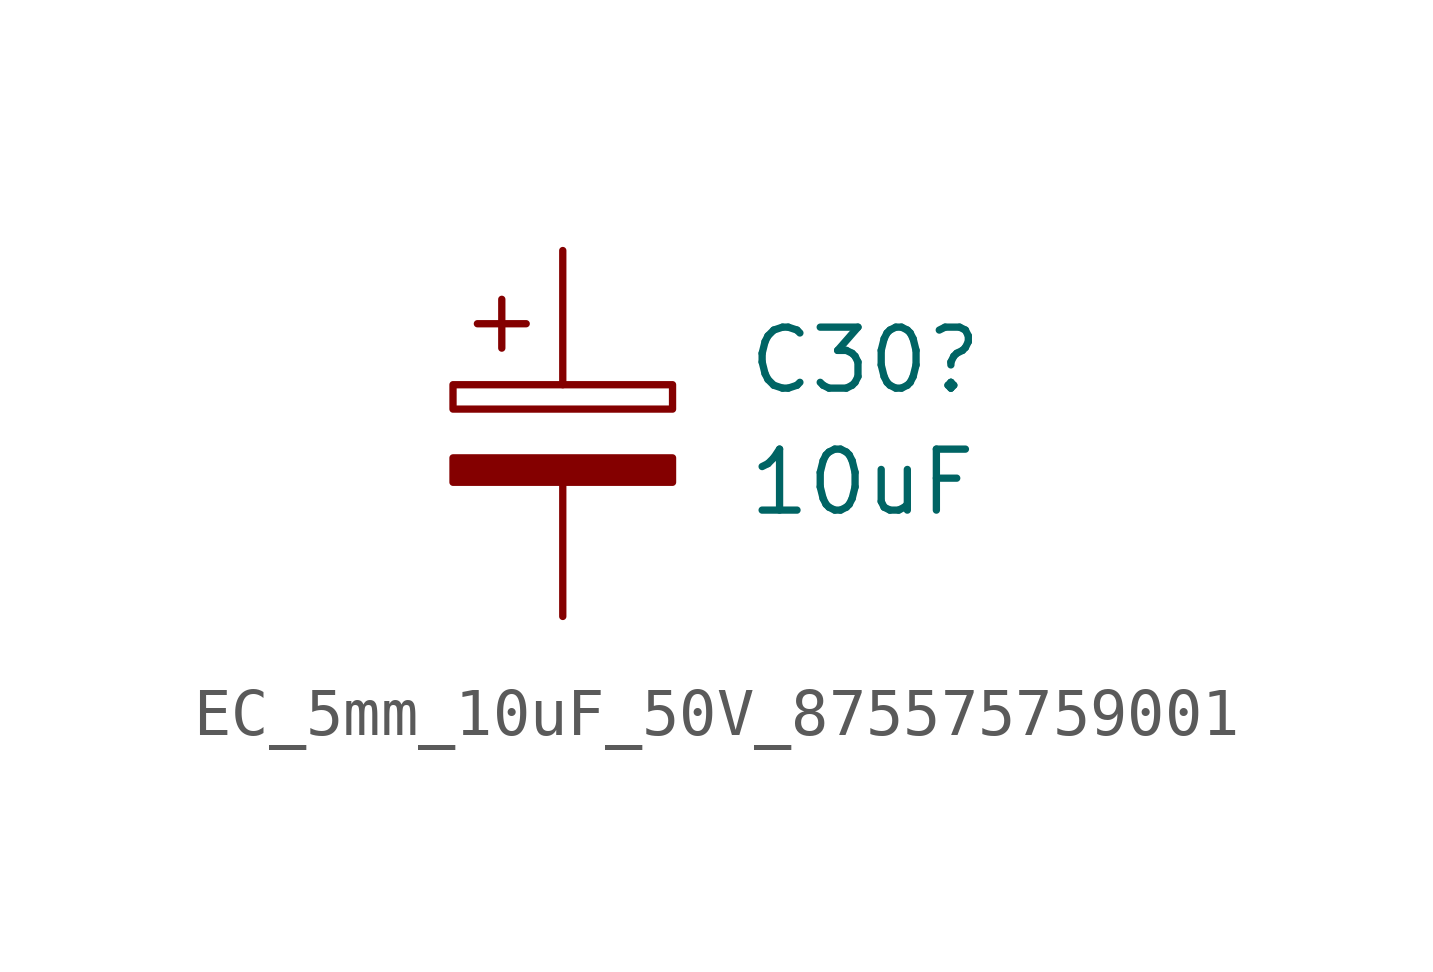
<source format=kicad_sym>
(kicad_symbol_lib
  (version 20220914)
  (generator kicad_symbol_editor)
  (symbol "EC_5mm_10uF_50V_875575759001"
    (pin_numbers hide)
    (pin_names
      (offset 0.254))
    (property "Reference" "C30"
      (at 3.81 1.524 0)
      (effects (font (size 1.27 1.27)) (justify left)))
    (property "Value" "10uF"
      (at 3.81 -1.016 0)
      (effects (font (size 1.27 1.27)) (justify left)))
    (symbol "EC_5mm_10uF_50V_875575759001_0_1"
      (rectangle (start -2.286 0.508) (end 2.286 1.016) (stroke (width 0) (type default)) (fill (type none)))
      (polyline (pts (xy -1.778 2.286) (xy -0.762 2.286)) (stroke (width 0) (type default)) (fill (type none)))
      (polyline (pts (xy -1.27 2.794) (xy -1.27 1.778)) (stroke (width 0) (type default)) (fill (type none)))
      (rectangle (start 2.286 -0.508) (end -2.286 -1.016) (stroke (width 0) (type default)) (fill (type outline))))
    (symbol "EC_5mm_10uF_50V_875575759001_1_1"
      (pin passive line (at 0 3.81 270) (length 2.794) (name "~" (effects (font (size 1.27 1.27)))) (number "1" (effects (font (size 1.27 1.27)))))
      (pin passive line (at 0 -3.81 90) (length 2.794) (name "~" (effects (font (size 1.27 1.27)))) (number "2" (effects (font (size 1.27 1.27))))))))
</source>
